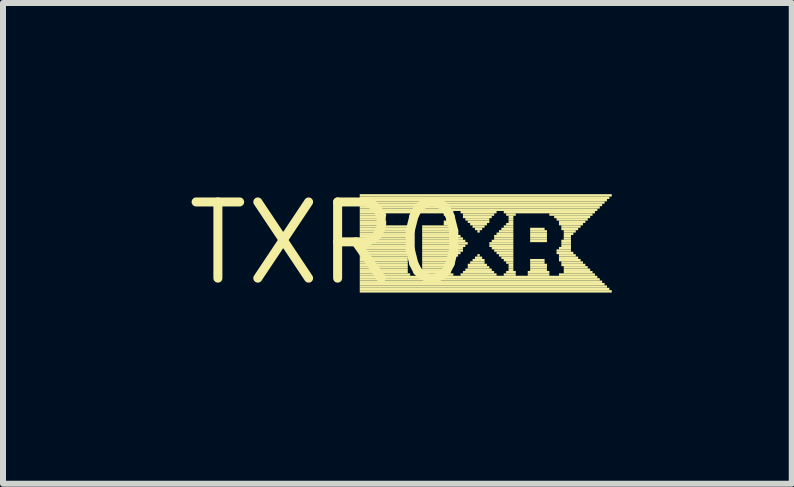
<source format=kicad_pcb>
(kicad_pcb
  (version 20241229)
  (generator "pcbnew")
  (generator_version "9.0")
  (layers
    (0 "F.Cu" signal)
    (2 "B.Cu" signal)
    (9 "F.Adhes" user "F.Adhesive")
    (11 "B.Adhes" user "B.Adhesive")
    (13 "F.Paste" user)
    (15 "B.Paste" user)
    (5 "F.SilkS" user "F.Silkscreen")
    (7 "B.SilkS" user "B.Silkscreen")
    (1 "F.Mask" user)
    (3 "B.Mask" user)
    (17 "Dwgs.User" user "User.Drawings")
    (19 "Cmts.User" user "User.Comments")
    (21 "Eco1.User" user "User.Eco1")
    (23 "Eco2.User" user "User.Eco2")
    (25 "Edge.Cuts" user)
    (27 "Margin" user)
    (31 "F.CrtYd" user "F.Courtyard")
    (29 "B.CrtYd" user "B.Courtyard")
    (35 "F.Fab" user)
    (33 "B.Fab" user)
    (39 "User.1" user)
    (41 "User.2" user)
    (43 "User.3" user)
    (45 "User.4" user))
  (footprint "TXR0"
    (layer "F.Cu")
    (at 2.426 1.006)
    (property "Reference" "TXR0" (at 0 0 0) (layer "F.SilkS") (effects (font (size 1.27 1.27) (thickness 0.15))))
    (attr through_hole)
    (fp_poly (pts (xy 0.52 -0.78) (xy 4.72 -0.78) (xy 4.72 -0.82) (xy 0.52 -0.82)) (stroke (width 0) (type solid)) (fill yes) (layer "F.SilkS"))
    (fp_poly (pts (xy 0.52 -0.74) (xy 4.68 -0.74) (xy 4.68 -0.78) (xy 0.52 -0.78)) (stroke (width 0) (type solid)) (fill yes) (layer "F.SilkS"))
    (fp_poly (pts (xy 0.52 -0.7) (xy 4.64 -0.7) (xy 4.64 -0.74) (xy 0.52 -0.74)) (stroke (width 0) (type solid)) (fill yes) (layer "F.SilkS"))
    (fp_poly (pts (xy 0.52 -0.66) (xy 4.6 -0.66) (xy 4.6 -0.7) (xy 0.52 -0.7)) (stroke (width 0) (type solid)) (fill yes) (layer "F.SilkS"))
    (fp_poly (pts (xy 0.52 -0.62) (xy 4.56 -0.62) (xy 4.56 -0.66) (xy 0.52 -0.66)) (stroke (width 0) (type solid)) (fill yes) (layer "F.SilkS"))
    (fp_poly (pts (xy 0.52 -0.58) (xy 4.52 -0.58) (xy 4.52 -0.62) (xy 0.52 -0.62)) (stroke (width 0) (type solid)) (fill yes) (layer "F.SilkS"))
    (fp_poly (pts (xy 0.52 -0.54) (xy 4.48 -0.54) (xy 4.48 -0.58) (xy 0.52 -0.58)) (stroke (width 0) (type solid)) (fill yes) (layer "F.SilkS"))
    (fp_poly (pts (xy 0.52 -0.5) (xy 2.08 -0.5) (xy 2.08 -0.54) (xy 0.52 -0.54)) (stroke (width 0) (type solid)) (fill yes) (layer "F.SilkS"))
    (fp_poly (pts (xy 0.52 -0.46) (xy 0.96 -0.46) (xy 0.96 -0.5) (xy 0.52 -0.5)) (stroke (width 0) (type solid)) (fill yes) (layer "F.SilkS"))
    (fp_poly (pts (xy 0.52 -0.42) (xy 0.92 -0.42) (xy 0.92 -0.46) (xy 0.52 -0.46)) (stroke (width 0) (type solid)) (fill yes) (layer "F.SilkS"))
    (fp_poly (pts (xy 0.52 -0.38) (xy 0.92 -0.38) (xy 0.92 -0.42) (xy 0.52 -0.42)) (stroke (width 0) (type solid)) (fill yes) (layer "F.SilkS"))
    (fp_poly (pts (xy 0.52 -0.34) (xy 0.96 -0.34) (xy 0.96 -0.38) (xy 0.52 -0.38)) (stroke (width 0) (type solid)) (fill yes) (layer "F.SilkS"))
    (fp_poly (pts (xy 0.52 -0.3) (xy 0.96 -0.3) (xy 0.96 -0.34) (xy 0.52 -0.34)) (stroke (width 0) (type solid)) (fill yes) (layer "F.SilkS"))
    (fp_poly (pts (xy 0.52 -0.26) (xy 1.32 -0.26) (xy 1.32 -0.3) (xy 0.52 -0.3)) (stroke (width 0) (type solid)) (fill yes) (layer "F.SilkS"))
    (fp_poly (pts (xy 0.52 -0.22) (xy 1.32 -0.22) (xy 1.32 -0.26) (xy 0.52 -0.26)) (stroke (width 0) (type solid)) (fill yes) (layer "F.SilkS"))
    (fp_poly (pts (xy 0.52 -0.18) (xy 1.32 -0.18) (xy 1.32 -0.22) (xy 0.52 -0.22)) (stroke (width 0) (type solid)) (fill yes) (layer "F.SilkS"))
    (fp_poly (pts (xy 0.52 -0.14) (xy 1.32 -0.14) (xy 1.32 -0.18) (xy 0.52 -0.18)) (stroke (width 0) (type solid)) (fill yes) (layer "F.SilkS"))
    (fp_poly (pts (xy 0.52 -0.1) (xy 1.32 -0.1) (xy 1.32 -0.14) (xy 0.52 -0.14)) (stroke (width 0) (type solid)) (fill yes) (layer "F.SilkS"))
    (fp_poly (pts (xy 0.52 -0.06) (xy 1.32 -0.06) (xy 1.32 -0.1) (xy 0.52 -0.1)) (stroke (width 0) (type solid)) (fill yes) (layer "F.SilkS"))
    (fp_poly (pts (xy 0.52 -0.02) (xy 1.32 -0.02) (xy 1.32 -0.06) (xy 0.52 -0.06)) (stroke (width 0) (type solid)) (fill yes) (layer "F.SilkS"))
    (fp_poly (pts (xy 0.52 0.02) (xy 1.32 0.02) (xy 1.32 -0.02) (xy 0.52 -0.02)) (stroke (width 0) (type solid)) (fill yes) (layer "F.SilkS"))
    (fp_poly (pts (xy 0.52 0.06) (xy 1.32 0.06) (xy 1.32 0.02) (xy 0.52 0.02)) (stroke (width 0) (type solid)) (fill yes) (layer "F.SilkS"))
    (fp_poly (pts (xy 0.52 0.1) (xy 1.32 0.1) (xy 1.32 0.06) (xy 0.52 0.06)) (stroke (width 0) (type solid)) (fill yes) (layer "F.SilkS"))
    (fp_poly (pts (xy 0.52 0.14) (xy 1.32 0.14) (xy 1.32 0.1) (xy 0.52 0.1)) (stroke (width 0) (type solid)) (fill yes) (layer "F.SilkS"))
    (fp_poly (pts (xy 0.52 0.18) (xy 1.32 0.18) (xy 1.32 0.14) (xy 0.52 0.14)) (stroke (width 0) (type solid)) (fill yes) (layer "F.SilkS"))
    (fp_poly (pts (xy 0.52 0.22) (xy 1.32 0.22) (xy 1.32 0.18) (xy 0.52 0.18)) (stroke (width 0) (type solid)) (fill yes) (layer "F.SilkS"))
    (fp_poly (pts (xy 0.52 0.26) (xy 1.32 0.26) (xy 1.32 0.22) (xy 0.52 0.22)) (stroke (width 0) (type solid)) (fill yes) (layer "F.SilkS"))
    (fp_poly (pts (xy 0.52 0.3) (xy 1.32 0.3) (xy 1.32 0.26) (xy 0.52 0.26)) (stroke (width 0) (type solid)) (fill yes) (layer "F.SilkS"))
    (fp_poly (pts (xy 0.52 0.34) (xy 1.32 0.34) (xy 1.32 0.3) (xy 0.52 0.3)) (stroke (width 0) (type solid)) (fill yes) (layer "F.SilkS"))
    (fp_poly (pts (xy 0.52 0.38) (xy 1.32 0.38) (xy 1.32 0.34) (xy 0.52 0.34)) (stroke (width 0) (type solid)) (fill yes) (layer "F.SilkS"))
    (fp_poly (pts (xy 0.52 0.42) (xy 1.32 0.42) (xy 1.32 0.38) (xy 0.52 0.38)) (stroke (width 0) (type solid)) (fill yes) (layer "F.SilkS"))
    (fp_poly (pts (xy 0.52 0.46) (xy 1.32 0.46) (xy 1.32 0.42) (xy 0.52 0.42)) (stroke (width 0) (type solid)) (fill yes) (layer "F.SilkS"))
    (fp_poly (pts (xy 0.52 0.5) (xy 1.32 0.5) (xy 1.32 0.46) (xy 0.52 0.46)) (stroke (width 0) (type solid)) (fill yes) (layer "F.SilkS"))
    (fp_poly (pts (xy 0.52 0.54) (xy 1.36 0.54) (xy 1.36 0.5) (xy 0.52 0.5)) (stroke (width 0) (type solid)) (fill yes) (layer "F.SilkS"))
    (fp_poly (pts (xy 0.52 0.58) (xy 4.48 0.58) (xy 4.48 0.54) (xy 0.52 0.54)) (stroke (width 0) (type solid)) (fill yes) (layer "F.SilkS"))
    (fp_poly (pts (xy 0.52 0.62) (xy 4.52 0.62) (xy 4.52 0.58) (xy 0.52 0.58)) (stroke (width 0) (type solid)) (fill yes) (layer "F.SilkS"))
    (fp_poly (pts (xy 0.52 0.66) (xy 4.56 0.66) (xy 4.56 0.62) (xy 0.52 0.62)) (stroke (width 0) (type solid)) (fill yes) (layer "F.SilkS"))
    (fp_poly (pts (xy 0.52 0.7) (xy 4.6 0.7) (xy 4.6 0.66) (xy 0.52 0.66)) (stroke (width 0) (type solid)) (fill yes) (layer "F.SilkS"))
    (fp_poly (pts (xy 0.52 0.74) (xy 4.64 0.74) (xy 4.64 0.7) (xy 0.52 0.7)) (stroke (width 0) (type solid)) (fill yes) (layer "F.SilkS"))
    (fp_poly (pts (xy 0.52 0.78) (xy 4.68 0.78) (xy 4.68 0.74) (xy 0.52 0.74)) (stroke (width 0) (type solid)) (fill yes) (layer "F.SilkS"))
    (fp_poly (pts (xy 0.52 0.82) (xy 4.72 0.82) (xy 4.72 0.78) (xy 0.52 0.78)) (stroke (width 0) (type solid)) (fill yes) (layer "F.SilkS"))
    (fp_poly (pts (xy 1.52 0.54) (xy 2.08 0.54) (xy 2.08 0.5) (xy 1.52 0.5)) (stroke (width 0) (type solid)) (fill yes) (layer "F.SilkS"))
    (fp_poly (pts (xy 1.56 -0.26) (xy 2.08 -0.26) (xy 2.08 -0.3) (xy 1.56 -0.3)) (stroke (width 0) (type solid)) (fill yes) (layer "F.SilkS"))
    (fp_poly (pts (xy 1.56 -0.22) (xy 2.12 -0.22) (xy 2.12 -0.26) (xy 1.56 -0.26)) (stroke (width 0) (type solid)) (fill yes) (layer "F.SilkS"))
    (fp_poly (pts (xy 1.56 -0.18) (xy 2.12 -0.18) (xy 2.12 -0.22) (xy 1.56 -0.22)) (stroke (width 0) (type solid)) (fill yes) (layer "F.SilkS"))
    (fp_poly (pts (xy 1.56 -0.14) (xy 2.16 -0.14) (xy 2.16 -0.18) (xy 1.56 -0.18)) (stroke (width 0) (type solid)) (fill yes) (layer "F.SilkS"))
    (fp_poly (pts (xy 1.56 -0.1) (xy 2.2 -0.1) (xy 2.2 -0.14) (xy 1.56 -0.14)) (stroke (width 0) (type solid)) (fill yes) (layer "F.SilkS"))
    (fp_poly (pts (xy 1.56 -0.06) (xy 2.24 -0.06) (xy 2.24 -0.1) (xy 1.56 -0.1)) (stroke (width 0) (type solid)) (fill yes) (layer "F.SilkS"))
    (fp_poly (pts (xy 1.56 -0.02) (xy 2.28 -0.02) (xy 2.28 -0.06) (xy 1.56 -0.06)) (stroke (width 0) (type solid)) (fill yes) (layer "F.SilkS"))
    (fp_poly (pts (xy 1.56 0.02) (xy 2.32 0.02) (xy 2.32 -0.02) (xy 1.56 -0.02)) (stroke (width 0) (type solid)) (fill yes) (layer "F.SilkS"))
    (fp_poly (pts (xy 1.56 0.06) (xy 2.28 0.06) (xy 2.28 0.02) (xy 1.56 0.02)) (stroke (width 0) (type solid)) (fill yes) (layer "F.SilkS"))
    (fp_poly (pts (xy 1.56 0.1) (xy 2.24 0.1) (xy 2.24 0.06) (xy 1.56 0.06)) (stroke (width 0) (type solid)) (fill yes) (layer "F.SilkS"))
    (fp_poly (pts (xy 1.56 0.14) (xy 2.24 0.14) (xy 2.24 0.1) (xy 1.56 0.1)) (stroke (width 0) (type solid)) (fill yes) (layer "F.SilkS"))
    (fp_poly (pts (xy 1.56 0.18) (xy 2.2 0.18) (xy 2.2 0.14) (xy 1.56 0.14)) (stroke (width 0) (type solid)) (fill yes) (layer "F.SilkS"))
    (fp_poly (pts (xy 1.56 0.22) (xy 2.16 0.22) (xy 2.16 0.18) (xy 1.56 0.18)) (stroke (width 0) (type solid)) (fill yes) (layer "F.SilkS"))
    (fp_poly (pts (xy 1.56 0.26) (xy 2.12 0.26) (xy 2.12 0.22) (xy 1.56 0.22)) (stroke (width 0) (type solid)) (fill yes) (layer "F.SilkS"))
    (fp_poly (pts (xy 1.56 0.3) (xy 2.08 0.3) (xy 2.08 0.26) (xy 1.56 0.26)) (stroke (width 0) (type solid)) (fill yes) (layer "F.SilkS"))
    (fp_poly (pts (xy 1.56 0.34) (xy 2.04 0.34) (xy 2.04 0.3) (xy 1.56 0.3)) (stroke (width 0) (type solid)) (fill yes) (layer "F.SilkS"))
    (fp_poly (pts (xy 1.56 0.38) (xy 2 0.38) (xy 2 0.34) (xy 1.56 0.34)) (stroke (width 0) (type solid)) (fill yes) (layer "F.SilkS"))
    (fp_poly (pts (xy 1.56 0.42) (xy 2 0.42) (xy 2 0.38) (xy 1.56 0.38)) (stroke (width 0) (type solid)) (fill yes) (layer "F.SilkS"))
    (fp_poly (pts (xy 1.56 0.46) (xy 2 0.46) (xy 2 0.42) (xy 1.56 0.42)) (stroke (width 0) (type solid)) (fill yes) (layer "F.SilkS"))
    (fp_poly (pts (xy 1.56 0.5) (xy 2 0.5) (xy 2 0.46) (xy 1.56 0.46)) (stroke (width 0) (type solid)) (fill yes) (layer "F.SilkS"))
    (fp_poly (pts (xy 1.92 -0.46) (xy 2.04 -0.46) (xy 2.04 -0.5) (xy 1.92 -0.5)) (stroke (width 0) (type solid)) (fill yes) (layer "F.SilkS"))
    (fp_poly (pts (xy 1.92 -0.34) (xy 2 -0.34) (xy 2 -0.38) (xy 1.92 -0.38)) (stroke (width 0) (type solid)) (fill yes) (layer "F.SilkS"))
    (fp_poly (pts (xy 1.92 -0.3) (xy 2.04 -0.3) (xy 2.04 -0.34) (xy 1.92 -0.34)) (stroke (width 0) (type solid)) (fill yes) (layer "F.SilkS"))
    (fp_poly (pts (xy 1.96 -0.42) (xy 2 -0.42) (xy 2 -0.46) (xy 1.96 -0.46)) (stroke (width 0) (type solid)) (fill yes) (layer "F.SilkS"))
    (fp_poly (pts (xy 1.96 -0.38) (xy 2 -0.38) (xy 2 -0.42) (xy 1.96 -0.42)) (stroke (width 0) (type solid)) (fill yes) (layer "F.SilkS"))
    (fp_poly (pts (xy 2.2 -0.5) (xy 2.8 -0.5) (xy 2.8 -0.54) (xy 2.2 -0.54)) (stroke (width 0) (type solid)) (fill yes) (layer "F.SilkS"))
    (fp_poly (pts (xy 2.2 0.54) (xy 2.8 0.54) (xy 2.8 0.5) (xy 2.2 0.5)) (stroke (width 0) (type solid)) (fill yes) (layer "F.SilkS"))
    (fp_poly (pts (xy 2.24 -0.46) (xy 2.76 -0.46) (xy 2.76 -0.5) (xy 2.24 -0.5)) (stroke (width 0) (type solid)) (fill yes) (layer "F.SilkS"))
    (fp_poly (pts (xy 2.24 -0.42) (xy 2.72 -0.42) (xy 2.72 -0.46) (xy 2.24 -0.46)) (stroke (width 0) (type solid)) (fill yes) (layer "F.SilkS"))
    (fp_poly (pts (xy 2.24 0.5) (xy 2.76 0.5) (xy 2.76 0.46) (xy 2.24 0.46)) (stroke (width 0) (type solid)) (fill yes) (layer "F.SilkS"))
    (fp_poly (pts (xy 2.28 -0.38) (xy 2.68 -0.38) (xy 2.68 -0.42) (xy 2.28 -0.42)) (stroke (width 0) (type solid)) (fill yes) (layer "F.SilkS"))
    (fp_poly (pts (xy 2.28 0.46) (xy 2.72 0.46) (xy 2.72 0.42) (xy 2.28 0.42)) (stroke (width 0) (type solid)) (fill yes) (layer "F.SilkS"))
    (fp_poly (pts (xy 2.32 -0.34) (xy 2.68 -0.34) (xy 2.68 -0.38) (xy 2.32 -0.38)) (stroke (width 0) (type solid)) (fill yes) (layer "F.SilkS"))
    (fp_poly (pts (xy 2.32 0.38) (xy 2.64 0.38) (xy 2.64 0.34) (xy 2.32 0.34)) (stroke (width 0) (type solid)) (fill yes) (layer "F.SilkS"))
    (fp_poly (pts (xy 2.32 0.42) (xy 2.68 0.42) (xy 2.68 0.38) (xy 2.32 0.38)) (stroke (width 0) (type solid)) (fill yes) (layer "F.SilkS"))
    (fp_poly (pts (xy 2.36 -0.3) (xy 2.64 -0.3) (xy 2.64 -0.34) (xy 2.36 -0.34)) (stroke (width 0) (type solid)) (fill yes) (layer "F.SilkS"))
    (fp_poly (pts (xy 2.36 0.34) (xy 2.6 0.34) (xy 2.6 0.3) (xy 2.36 0.3)) (stroke (width 0) (type solid)) (fill yes) (layer "F.SilkS"))
    (fp_poly (pts (xy 2.4 -0.26) (xy 2.6 -0.26) (xy 2.6 -0.3) (xy 2.4 -0.3)) (stroke (width 0) (type solid)) (fill yes) (layer "F.SilkS"))
    (fp_poly (pts (xy 2.4 0.3) (xy 2.6 0.3) (xy 2.6 0.26) (xy 2.4 0.26)) (stroke (width 0) (type solid)) (fill yes) (layer "F.SilkS"))
    (fp_poly (pts (xy 2.44 -0.22) (xy 2.56 -0.22) (xy 2.56 -0.26) (xy 2.44 -0.26)) (stroke (width 0) (type solid)) (fill yes) (layer "F.SilkS"))
    (fp_poly (pts (xy 2.44 0.26) (xy 2.56 0.26) (xy 2.56 0.22) (xy 2.44 0.22)) (stroke (width 0) (type solid)) (fill yes) (layer "F.SilkS"))
    (fp_poly (pts (xy 2.48 -0.18) (xy 2.52 -0.18) (xy 2.52 -0.22) (xy 2.48 -0.22)) (stroke (width 0) (type solid)) (fill yes) (layer "F.SilkS"))
    (fp_poly (pts (xy 2.48 0.22) (xy 2.52 0.22) (xy 2.52 0.18) (xy 2.48 0.18)) (stroke (width 0) (type solid)) (fill yes) (layer "F.SilkS"))
    (fp_poly (pts (xy 2.68 0.02) (xy 3.08 0.02) (xy 3.08 -0.02) (xy 2.68 -0.02)) (stroke (width 0) (type solid)) (fill yes) (layer "F.SilkS"))
    (fp_poly (pts (xy 2.68 0.06) (xy 3.08 0.06) (xy 3.08 0.02) (xy 2.68 0.02)) (stroke (width 0) (type solid)) (fill yes) (layer "F.SilkS"))
    (fp_poly (pts (xy 2.72 -0.02) (xy 3.08 -0.02) (xy 3.08 -0.06) (xy 2.72 -0.06)) (stroke (width 0) (type solid)) (fill yes) (layer "F.SilkS"))
    (fp_poly (pts (xy 2.72 0.1) (xy 3.08 0.1) (xy 3.08 0.06) (xy 2.72 0.06)) (stroke (width 0) (type solid)) (fill yes) (layer "F.SilkS"))
    (fp_poly (pts (xy 2.76 -0.1) (xy 3.08 -0.1) (xy 3.08 -0.14) (xy 2.76 -0.14)) (stroke (width 0) (type solid)) (fill yes) (layer "F.SilkS"))
    (fp_poly (pts (xy 2.76 -0.06) (xy 3.08 -0.06) (xy 3.08 -0.1) (xy 2.76 -0.1)) (stroke (width 0) (type solid)) (fill yes) (layer "F.SilkS"))
    (fp_poly (pts (xy 2.76 0.14) (xy 3.08 0.14) (xy 3.08 0.1) (xy 2.76 0.1)) (stroke (width 0) (type solid)) (fill yes) (layer "F.SilkS"))
    (fp_poly (pts (xy 2.8 -0.14) (xy 3.08 -0.14) (xy 3.08 -0.18) (xy 2.8 -0.18)) (stroke (width 0) (type solid)) (fill yes) (layer "F.SilkS"))
    (fp_poly (pts (xy 2.8 0.18) (xy 3.08 0.18) (xy 3.08 0.14) (xy 2.8 0.14)) (stroke (width 0) (type solid)) (fill yes) (layer "F.SilkS"))
    (fp_poly (pts (xy 2.84 -0.18) (xy 3.08 -0.18) (xy 3.08 -0.22) (xy 2.84 -0.22)) (stroke (width 0) (type solid)) (fill yes) (layer "F.SilkS"))
    (fp_poly (pts (xy 2.84 0.22) (xy 3.08 0.22) (xy 3.08 0.18) (xy 2.84 0.18)) (stroke (width 0) (type solid)) (fill yes) (layer "F.SilkS"))
    (fp_poly (pts (xy 2.88 -0.22) (xy 3.08 -0.22) (xy 3.08 -0.26) (xy 2.88 -0.26)) (stroke (width 0) (type solid)) (fill yes) (layer "F.SilkS"))
    (fp_poly (pts (xy 2.88 0.26) (xy 3.08 0.26) (xy 3.08 0.22) (xy 2.88 0.22)) (stroke (width 0) (type solid)) (fill yes) (layer "F.SilkS"))
    (fp_poly (pts (xy 2.92 -0.5) (xy 4.44 -0.5) (xy 4.44 -0.54) (xy 2.92 -0.54)) (stroke (width 0) (type solid)) (fill yes) (layer "F.SilkS"))
    (fp_poly (pts (xy 2.92 -0.26) (xy 3.08 -0.26) (xy 3.08 -0.3) (xy 2.92 -0.3)) (stroke (width 0) (type solid)) (fill yes) (layer "F.SilkS"))
    (fp_poly (pts (xy 2.92 0.3) (xy 3.08 0.3) (xy 3.08 0.26) (xy 2.92 0.26)) (stroke (width 0) (type solid)) (fill yes) (layer "F.SilkS"))
    (fp_poly (pts (xy 2.92 0.54) (xy 3.12 0.54) (xy 3.12 0.5) (xy 2.92 0.5)) (stroke (width 0) (type solid)) (fill yes) (layer "F.SilkS"))
    (fp_poly (pts (xy 2.96 -0.46) (xy 3.12 -0.46) (xy 3.12 -0.5) (xy 2.96 -0.5)) (stroke (width 0) (type solid)) (fill yes) (layer "F.SilkS"))
    (fp_poly (pts (xy 2.96 -0.3) (xy 3.08 -0.3) (xy 3.08 -0.34) (xy 2.96 -0.34)) (stroke (width 0) (type solid)) (fill yes) (layer "F.SilkS"))
    (fp_poly (pts (xy 2.96 0.34) (xy 3.08 0.34) (xy 3.08 0.3) (xy 2.96 0.3)) (stroke (width 0) (type solid)) (fill yes) (layer "F.SilkS"))
    (fp_poly (pts (xy 2.96 0.5) (xy 3.12 0.5) (xy 3.12 0.46) (xy 2.96 0.46)) (stroke (width 0) (type solid)) (fill yes) (layer "F.SilkS"))
    (fp_poly (pts (xy 3 -0.42) (xy 3.08 -0.42) (xy 3.08 -0.46) (xy 3 -0.46)) (stroke (width 0) (type solid)) (fill yes) (layer "F.SilkS"))
    (fp_poly (pts (xy 3 -0.38) (xy 3.08 -0.38) (xy 3.08 -0.42) (xy 3 -0.42)) (stroke (width 0) (type solid)) (fill yes) (layer "F.SilkS"))
    (fp_poly (pts (xy 3 -0.34) (xy 3.08 -0.34) (xy 3.08 -0.38) (xy 3 -0.38)) (stroke (width 0) (type solid)) (fill yes) (layer "F.SilkS"))
    (fp_poly (pts (xy 3 0.38) (xy 3.08 0.38) (xy 3.08 0.34) (xy 3 0.34)) (stroke (width 0) (type solid)) (fill yes) (layer "F.SilkS"))
    (fp_poly (pts (xy 3 0.42) (xy 3.08 0.42) (xy 3.08 0.38) (xy 3 0.38)) (stroke (width 0) (type solid)) (fill yes) (layer "F.SilkS"))
    (fp_poly (pts (xy 3 0.46) (xy 3.08 0.46) (xy 3.08 0.42) (xy 3 0.42)) (stroke (width 0) (type solid)) (fill yes) (layer "F.SilkS"))
    (fp_poly (pts (xy 3.32 0.5) (xy 3.68 0.5) (xy 3.68 0.46) (xy 3.32 0.46)) (stroke (width 0) (type solid)) (fill yes) (layer "F.SilkS"))
    (fp_poly (pts (xy 3.32 0.54) (xy 3.68 0.54) (xy 3.68 0.5) (xy 3.32 0.5)) (stroke (width 0) (type solid)) (fill yes) (layer "F.SilkS"))
    (fp_poly (pts (xy 3.36 -0.22) (xy 3.6 -0.22) (xy 3.6 -0.26) (xy 3.36 -0.26)) (stroke (width 0) (type solid)) (fill yes) (layer "F.SilkS"))
    (fp_poly (pts (xy 3.36 -0.18) (xy 3.64 -0.18) (xy 3.64 -0.22) (xy 3.36 -0.22)) (stroke (width 0) (type solid)) (fill yes) (layer "F.SilkS"))
    (fp_poly (pts (xy 3.36 -0.14) (xy 3.64 -0.14) (xy 3.64 -0.18) (xy 3.36 -0.18)) (stroke (width 0) (type solid)) (fill yes) (layer "F.SilkS"))
    (fp_poly (pts (xy 3.36 -0.1) (xy 3.64 -0.1) (xy 3.64 -0.14) (xy 3.36 -0.14)) (stroke (width 0) (type solid)) (fill yes) (layer "F.SilkS"))
    (fp_poly (pts (xy 3.36 -0.06) (xy 3.64 -0.06) (xy 3.64 -0.1) (xy 3.36 -0.1)) (stroke (width 0) (type solid)) (fill yes) (layer "F.SilkS"))
    (fp_poly (pts (xy 3.36 -0.02) (xy 3.64 -0.02) (xy 3.64 -0.06) (xy 3.36 -0.06)) (stroke (width 0) (type solid)) (fill yes) (layer "F.SilkS"))
    (fp_poly (pts (xy 3.36 0.3) (xy 3.6 0.3) (xy 3.6 0.26) (xy 3.36 0.26)) (stroke (width 0) (type solid)) (fill yes) (layer "F.SilkS"))
    (fp_poly (pts (xy 3.36 0.34) (xy 3.6 0.34) (xy 3.6 0.3) (xy 3.36 0.3)) (stroke (width 0) (type solid)) (fill yes) (layer "F.SilkS"))
    (fp_poly (pts (xy 3.36 0.38) (xy 3.64 0.38) (xy 3.64 0.34) (xy 3.36 0.34)) (stroke (width 0) (type solid)) (fill yes) (layer "F.SilkS"))
    (fp_poly (pts (xy 3.36 0.42) (xy 3.64 0.42) (xy 3.64 0.38) (xy 3.36 0.38)) (stroke (width 0) (type solid)) (fill yes) (layer "F.SilkS"))
    (fp_poly (pts (xy 3.36 0.46) (xy 3.64 0.46) (xy 3.64 0.42) (xy 3.36 0.42)) (stroke (width 0) (type solid)) (fill yes) (layer "F.SilkS"))
    (fp_poly (pts (xy 3.68 -0.46) (xy 4.4 -0.46) (xy 4.4 -0.5) (xy 3.68 -0.5)) (stroke (width 0) (type solid)) (fill yes) (layer "F.SilkS"))
    (fp_poly (pts (xy 3.76 -0.42) (xy 4.36 -0.42) (xy 4.36 -0.46) (xy 3.76 -0.46)) (stroke (width 0) (type solid)) (fill yes) (layer "F.SilkS"))
    (fp_poly (pts (xy 3.8 -0.38) (xy 4.32 -0.38) (xy 4.32 -0.42) (xy 3.8 -0.42)) (stroke (width 0) (type solid)) (fill yes) (layer "F.SilkS"))
    (fp_poly (pts (xy 3.8 0.14) (xy 4.04 0.14) (xy 4.04 0.1) (xy 3.8 0.1)) (stroke (width 0) (type solid)) (fill yes) (layer "F.SilkS"))
    (fp_poly (pts (xy 3.8 0.18) (xy 4.08 0.18) (xy 4.08 0.14) (xy 3.8 0.14)) (stroke (width 0) (type solid)) (fill yes) (layer "F.SilkS"))
    (fp_poly (pts (xy 3.84 -0.34) (xy 4.28 -0.34) (xy 4.28 -0.38) (xy 3.84 -0.38)) (stroke (width 0) (type solid)) (fill yes) (layer "F.SilkS"))
    (fp_poly (pts (xy 3.84 -0.3) (xy 4.24 -0.3) (xy 4.24 -0.34) (xy 3.84 -0.34)) (stroke (width 0) (type solid)) (fill yes) (layer "F.SilkS"))
    (fp_poly (pts (xy 3.84 0.1) (xy 4.04 0.1) (xy 4.04 0.06) (xy 3.84 0.06)) (stroke (width 0) (type solid)) (fill yes) (layer "F.SilkS"))
    (fp_poly (pts (xy 3.84 0.22) (xy 4.12 0.22) (xy 4.12 0.18) (xy 3.84 0.18)) (stroke (width 0) (type solid)) (fill yes) (layer "F.SilkS"))
    (fp_poly (pts (xy 3.84 0.26) (xy 4.16 0.26) (xy 4.16 0.22) (xy 3.84 0.22)) (stroke (width 0) (type solid)) (fill yes) (layer "F.SilkS"))
    (fp_poly (pts (xy 3.84 0.3) (xy 4.2 0.3) (xy 4.2 0.26) (xy 3.84 0.26)) (stroke (width 0) (type solid)) (fill yes) (layer "F.SilkS"))
    (fp_poly (pts (xy 3.84 0.54) (xy 4.44 0.54) (xy 4.44 0.5) (xy 3.84 0.5)) (stroke (width 0) (type solid)) (fill yes) (layer "F.SilkS"))
    (fp_poly (pts (xy 3.88 -0.26) (xy 4.2 -0.26) (xy 4.2 -0.3) (xy 3.88 -0.3)) (stroke (width 0) (type solid)) (fill yes) (layer "F.SilkS"))
    (fp_poly (pts (xy 3.88 -0.22) (xy 4.16 -0.22) (xy 4.16 -0.26) (xy 3.88 -0.26)) (stroke (width 0) (type solid)) (fill yes) (layer "F.SilkS"))
    (fp_poly (pts (xy 3.88 -0.02) (xy 4.04 -0.02) (xy 4.04 -0.06) (xy 3.88 -0.06)) (stroke (width 0) (type solid)) (fill yes) (layer "F.SilkS"))
    (fp_poly (pts (xy 3.88 0.02) (xy 4.04 0.02) (xy 4.04 -0.02) (xy 3.88 -0.02)) (stroke (width 0) (type solid)) (fill yes) (layer "F.SilkS"))
    (fp_poly (pts (xy 3.88 0.06) (xy 4.04 0.06) (xy 4.04 0.02) (xy 3.88 0.02)) (stroke (width 0) (type solid)) (fill yes) (layer "F.SilkS"))
    (fp_poly (pts (xy 3.88 0.34) (xy 4.24 0.34) (xy 4.24 0.3) (xy 3.88 0.3)) (stroke (width 0) (type solid)) (fill yes) (layer "F.SilkS"))
    (fp_poly (pts (xy 3.88 0.38) (xy 4.28 0.38) (xy 4.28 0.34) (xy 3.88 0.34)) (stroke (width 0) (type solid)) (fill yes) (layer "F.SilkS"))
    (fp_poly (pts (xy 3.92 -0.18) (xy 4.12 -0.18) (xy 4.12 -0.22) (xy 3.92 -0.22)) (stroke (width 0) (type solid)) (fill yes) (layer "F.SilkS"))
    (fp_poly (pts (xy 3.92 -0.14) (xy 4.08 -0.14) (xy 4.08 -0.18) (xy 3.92 -0.18)) (stroke (width 0) (type solid)) (fill yes) (layer "F.SilkS"))
    (fp_poly (pts (xy 3.92 -0.1) (xy 4.04 -0.1) (xy 4.04 -0.14) (xy 3.92 -0.14)) (stroke (width 0) (type solid)) (fill yes) (layer "F.SilkS"))
    (fp_poly (pts (xy 3.92 -0.06) (xy 4.04 -0.06) (xy 4.04 -0.1) (xy 3.92 -0.1)) (stroke (width 0) (type solid)) (fill yes) (layer "F.SilkS"))
    (fp_poly (pts (xy 3.92 0.42) (xy 4.32 0.42) (xy 4.32 0.38) (xy 3.92 0.38)) (stroke (width 0) (type solid)) (fill yes) (layer "F.SilkS"))
    (fp_poly (pts (xy 3.92 0.46) (xy 4.36 0.46) (xy 4.36 0.42) (xy 3.92 0.42)) (stroke (width 0) (type solid)) (fill yes) (layer "F.SilkS"))
    (fp_poly (pts (xy 3.92 0.5) (xy 4.4 0.5) (xy 4.4 0.46) (xy 3.92 0.46)) (stroke (width 0) (type solid)) (fill yes) (layer "F.SilkS")))
  (gr_rect
    (start -3 -3)
    (end 10.146 5.012)
    (stroke (width 0.1) (type default))
    (fill no)
    (layer "Edge.Cuts")))
</source>
